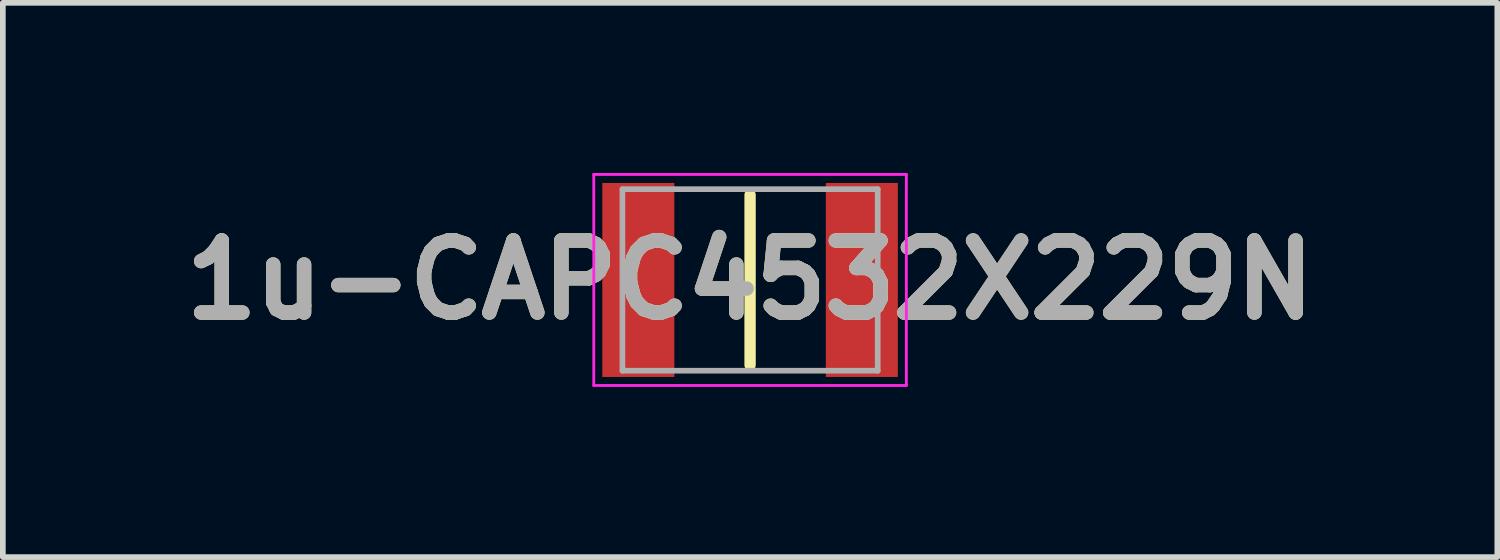
<source format=kicad_pcb>
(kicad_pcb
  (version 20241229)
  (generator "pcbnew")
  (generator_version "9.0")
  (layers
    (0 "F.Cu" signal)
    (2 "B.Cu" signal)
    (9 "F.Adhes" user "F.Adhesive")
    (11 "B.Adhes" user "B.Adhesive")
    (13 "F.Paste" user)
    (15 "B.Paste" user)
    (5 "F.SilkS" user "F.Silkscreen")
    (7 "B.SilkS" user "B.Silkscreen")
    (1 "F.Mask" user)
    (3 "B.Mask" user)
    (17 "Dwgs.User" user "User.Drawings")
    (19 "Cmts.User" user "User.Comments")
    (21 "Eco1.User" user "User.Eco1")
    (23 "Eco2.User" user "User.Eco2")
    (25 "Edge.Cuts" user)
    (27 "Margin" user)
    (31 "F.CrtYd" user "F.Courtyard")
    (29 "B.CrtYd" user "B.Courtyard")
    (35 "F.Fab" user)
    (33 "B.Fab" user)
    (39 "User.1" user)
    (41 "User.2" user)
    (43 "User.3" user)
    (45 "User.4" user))
  (footprint "1u-CAPC4532X229N"
    (layer "F.Cu")
    (at 10.172 1.885)
    (property "Reference" "1u-CAPC4532X229N" (at 0 0 0) (layer "F.SilkS") (effects (font (size 1.27 1.27) (thickness 0.254))))
    (attr smd)
    (fp_line (start 0 -1.5) (end 0 1.5) (stroke (width 0.2) (type solid)) (layer "F.SilkS"))
    (fp_line (start -2.755 -1.86) (end 2.755 -1.86) (stroke (width 0.05) (type solid)) (layer "F.CrtYd"))
    (fp_line (start -2.755 1.86) (end -2.755 -1.86) (stroke (width 0.05) (type solid)) (layer "F.CrtYd"))
    (fp_line (start 2.755 -1.86) (end 2.755 1.86) (stroke (width 0.05) (type solid)) (layer "F.CrtYd"))
    (fp_line (start 2.755 1.86) (end -2.755 1.86) (stroke (width 0.05) (type solid)) (layer "F.CrtYd"))
    (fp_line (start -2.25 -1.6) (end 2.25 -1.6) (stroke (width 0.1) (type solid)) (layer "F.Fab"))
    (fp_line (start -2.25 1.6) (end -2.25 -1.6) (stroke (width 0.1) (type solid)) (layer "F.Fab"))
    (fp_line (start 2.25 -1.6) (end 2.25 1.6) (stroke (width 0.1) (type solid)) (layer "F.Fab"))
    (fp_line (start 2.25 1.6) (end -2.25 1.6) (stroke (width 0.1) (type solid)) (layer "F.Fab"))
    (fp_text user "${REFERENCE}" (at 0 0 0) (layer "F.Fab") (effects (font (size 1.27 1.27) (thickness 0.254))))
    (pad "1" smd rect (at -1.97 0) (size 1.27 3.42) (layers "F.Cu" "F.Mask" "F.Paste"))
    (pad "2" smd rect (at 1.97 0) (size 1.27 3.42) (layers "F.Cu" "F.Mask" "F.Paste")))
  (gr_rect
    (start -3 -3)
    (end 23.344 6.77)
    (stroke (width 0.1) (type default))
    (fill no)
    (layer "Edge.Cuts")))
</source>
